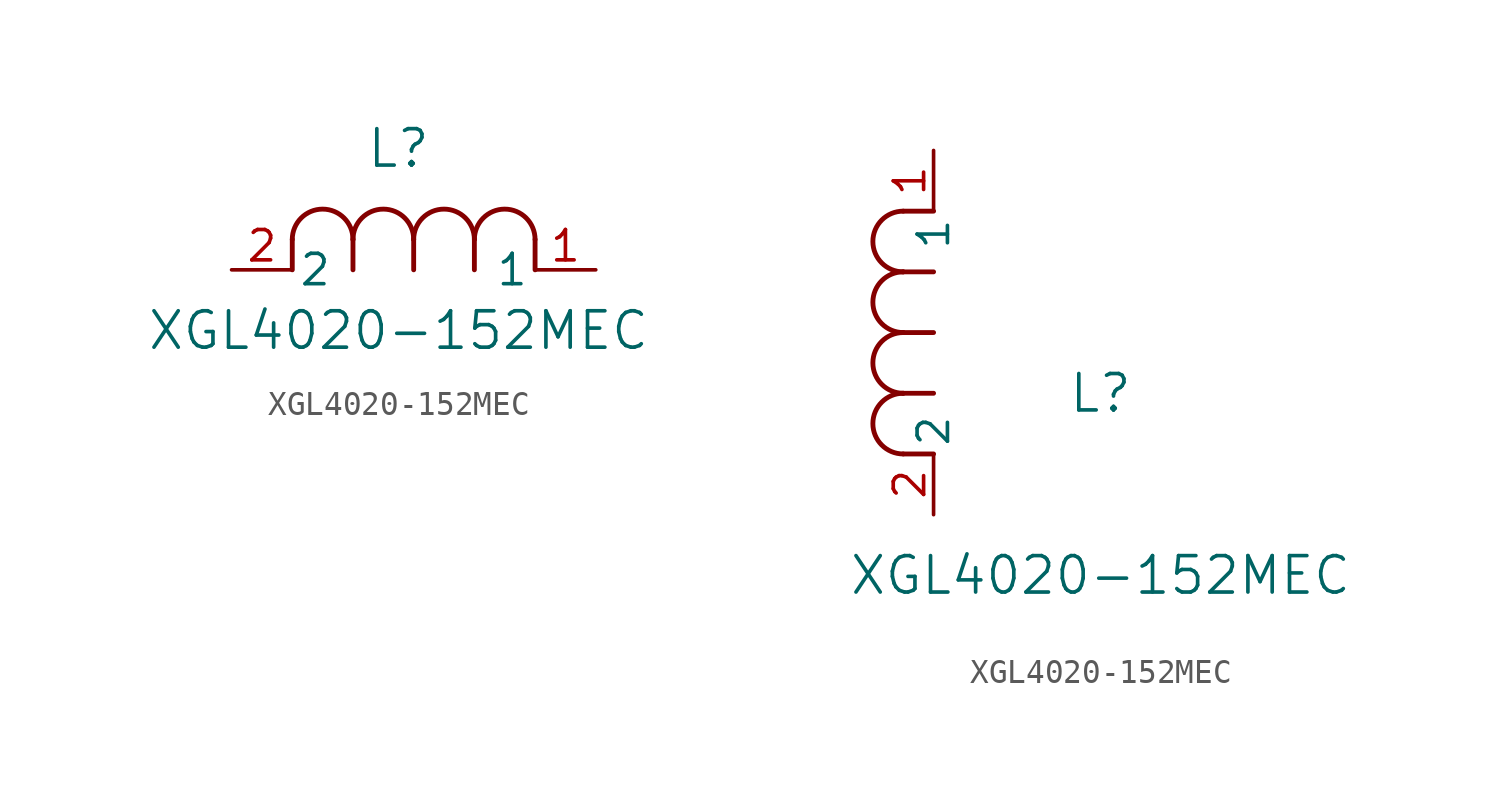
<source format=kicad_sym>
(kicad_symbol_lib
  (version 20211014)
  (generator kicad_symbol_editor)
  (symbol "XGL4020-152MEC"
    (pin_names
      (offset 0.254))
    (property "Reference" "L"
      (at 6.985 5.08 0)
      (effects (font (size 1.524 1.524))))
    (property "Value" "XGL4020-152MEC"
      (at 6.985 -2.54 0)
      (effects (font (size 1.524 1.524))))
    (symbol "XGL4020-152MEC_1_1"
      (arc (start 7.62 1.27) (mid 6.35 2.54) (end 5.08 1.27) (stroke (width 0.2032) (type default) (color 0 0 0 0)) (fill (type none)))
      (polyline (pts (xy 5.08 0) (xy 5.08 1.27)) (stroke (width 0.203) (type default) (color 0 0 0 0)) (fill (type none)))
      (polyline (pts (xy 7.62 0) (xy 7.62 1.27)) (stroke (width 0.203) (type default) (color 0 0 0 0)) (fill (type none)))
      (polyline (pts (xy 12.7 0) (xy 12.7 1.27)) (stroke (width 0.203) (type default) (color 0 0 0 0)) (fill (type none)))
      (arc (start 5.08 1.27) (mid 3.81 2.54) (end 2.54 1.27) (stroke (width 0.2032) (type default) (color 0 0 0 0)) (fill (type none)))
      (arc (start 10.16 1.27) (mid 8.89 2.54) (end 7.62 1.27) (stroke (width 0.2032) (type default) (color 0 0 0 0)) (fill (type none)))
      (arc (start 12.7 1.27) (mid 11.43 2.54) (end 10.16 1.27) (stroke (width 0.2032) (type default) (color 0 0 0 0)) (fill (type none)))
      (polyline (pts (xy 2.54 0) (xy 2.54 1.27)) (stroke (width 0.203) (type default) (color 0 0 0 0)) (fill (type none)))
      (polyline (pts (xy 10.16 0) (xy 10.16 1.27)) (stroke (width 0.203) (type default) (color 0 0 0 0)) (fill (type none)))
      (pin unspecified line (at 0 0 0) (length 2.54) (name "2" (effects (font (size 1.27 1.27)))) (number "2" (effects (font (size 1.27 1.27)))))
      (pin unspecified line (at 15.24 0 180) (length 2.54) (name "1" (effects (font (size 1.27 1.27)))) (number "1" (effects (font (size 1.27 1.27))))))
    (symbol "XGL4020-152MEC_1_2"
      (arc (start -1.27 7.62) (mid -2.54 6.35) (end -1.27 5.08) (stroke (width 0.2032) (type default) (color 0 0 0 0)) (fill (type none)))
      (arc (start -1.27 5.08) (mid -2.54 3.81) (end -1.27 2.54) (stroke (width 0.2032) (type default) (color 0 0 0 0)) (fill (type none)))
      (arc (start -1.27 12.7) (mid -2.54 11.43) (end -1.27 10.16) (stroke (width 0.2032) (type default) (color 0 0 0 0)) (fill (type none)))
      (arc (start -1.27 10.16) (mid -2.54 8.89) (end -1.27 7.62) (stroke (width 0.2032) (type default) (color 0 0 0 0)) (fill (type none)))
      (polyline (pts (xy 0 7.62) (xy -1.27 7.62)) (stroke (width 0.203) (type default) (color 0 0 0 0)) (fill (type none)))
      (polyline (pts (xy 0 5.08) (xy -1.27 5.08)) (stroke (width 0.203) (type default) (color 0 0 0 0)) (fill (type none)))
      (polyline (pts (xy 0 12.7) (xy -1.27 12.7)) (stroke (width 0.203) (type default) (color 0 0 0 0)) (fill (type none)))
      (polyline (pts (xy 0 2.54) (xy -1.27 2.54)) (stroke (width 0.203) (type default) (color 0 0 0 0)) (fill (type none)))
      (polyline (pts (xy 0 10.16) (xy -1.27 10.16)) (stroke (width 0.203) (type default) (color 0 0 0 0)) (fill (type none)))
      (pin unspecified line (at 0 0 90) (length 2.54) (name "2" (effects (font (size 1.27 1.27)))) (number "2" (effects (font (size 1.27 1.27)))))
      (pin unspecified line (at 0 15.24 270) (length 2.54) (name "1" (effects (font (size 1.27 1.27)))) (number "1" (effects (font (size 1.27 1.27))))))))
</source>
